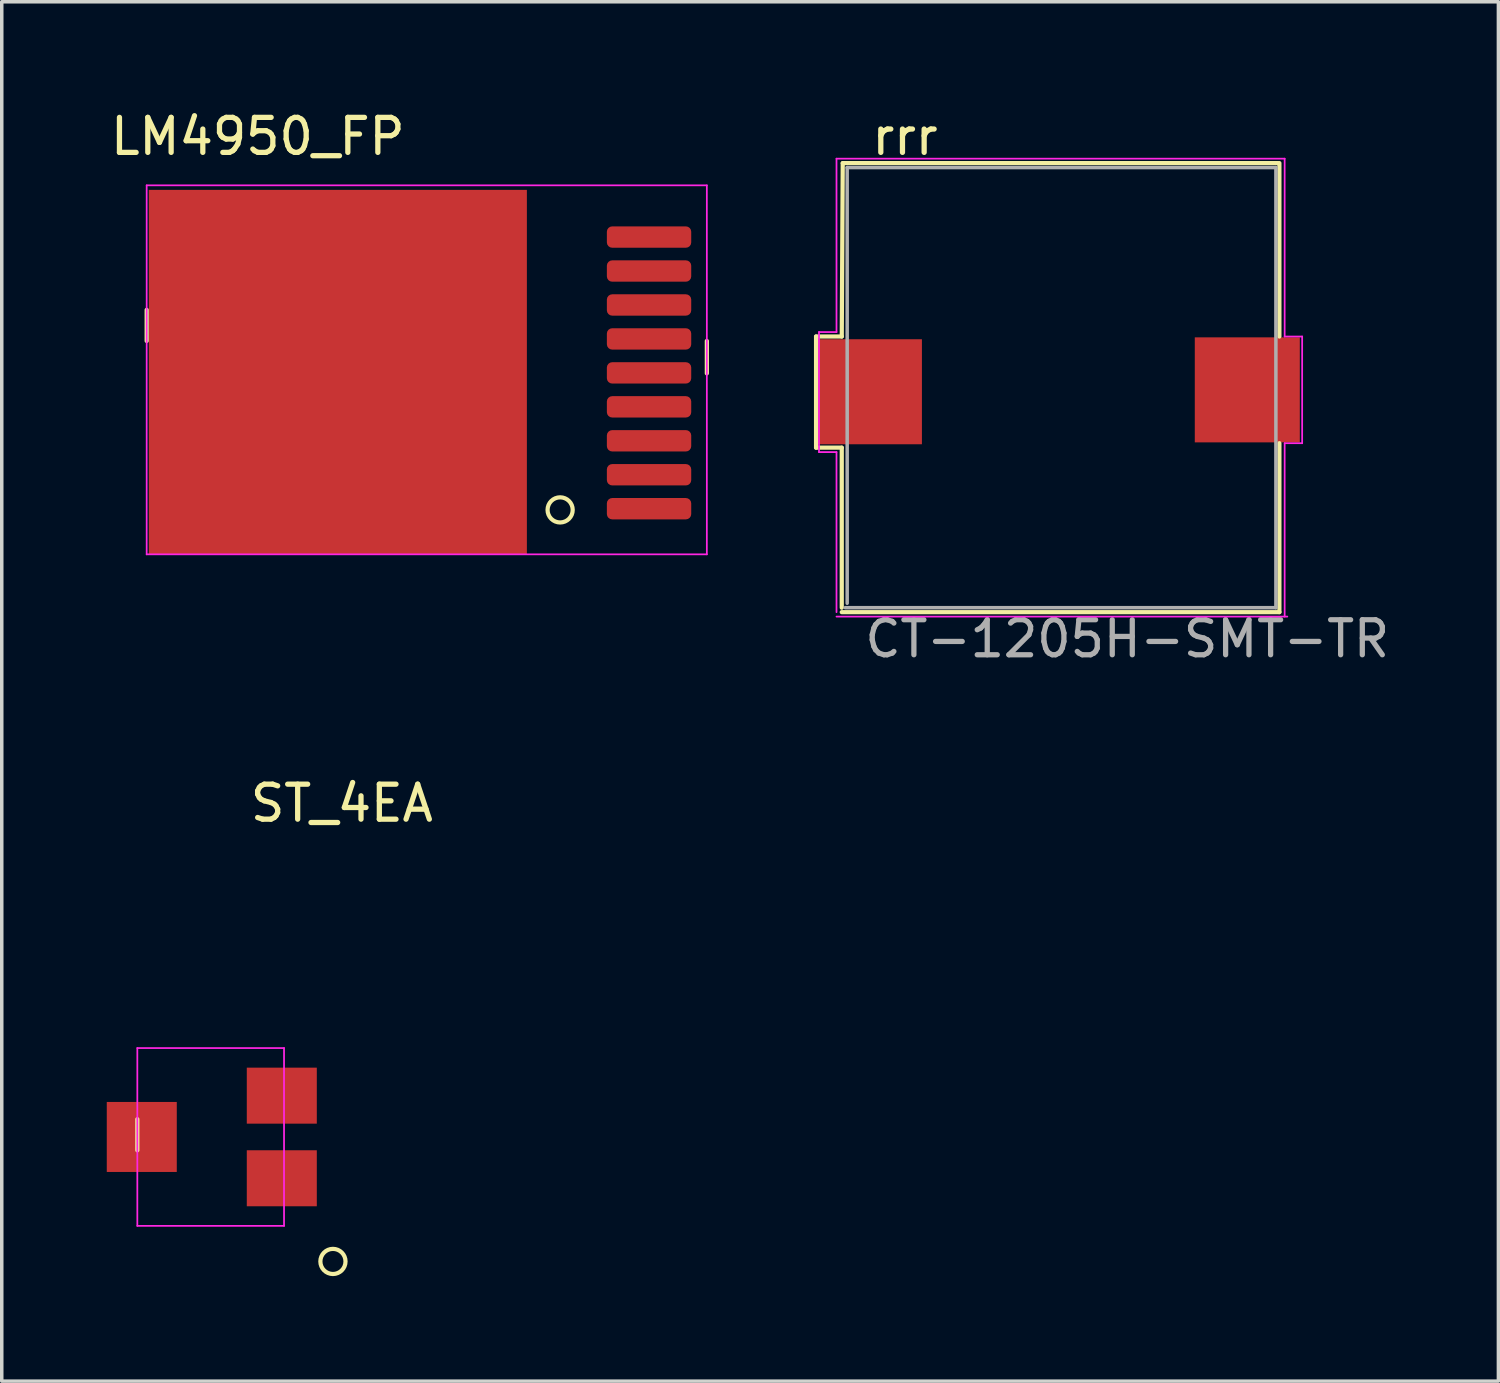
<source format=kicad_pcb>
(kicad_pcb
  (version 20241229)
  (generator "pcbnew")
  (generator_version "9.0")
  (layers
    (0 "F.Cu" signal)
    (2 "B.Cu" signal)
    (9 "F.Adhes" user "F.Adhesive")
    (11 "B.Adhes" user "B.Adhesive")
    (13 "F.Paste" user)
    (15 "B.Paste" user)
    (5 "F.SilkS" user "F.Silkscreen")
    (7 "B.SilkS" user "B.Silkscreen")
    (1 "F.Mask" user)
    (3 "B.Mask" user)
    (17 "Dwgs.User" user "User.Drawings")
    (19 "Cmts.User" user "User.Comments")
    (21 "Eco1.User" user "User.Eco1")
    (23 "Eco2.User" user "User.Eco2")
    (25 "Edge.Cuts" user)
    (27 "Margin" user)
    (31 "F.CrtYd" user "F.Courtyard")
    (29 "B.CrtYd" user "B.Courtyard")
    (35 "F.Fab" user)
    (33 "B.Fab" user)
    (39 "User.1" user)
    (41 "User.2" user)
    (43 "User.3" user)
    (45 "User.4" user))
  (footprint "LM4950_FP"
    (layer "F.Cu")
    (at 12.062 8.722)
    (property "Reference" "LM4950_FP" (at -7.747 -7.874 0) (layer "F.SilkS") (effects (font (size 1 1) (thickness 0.15))))
    (attr through_hole)
    (fp_line (start -10.922 -2.921) (end -10.922 -2.032) (stroke (width 0.12) (type solid)) (layer "F.SilkS"))
    (fp_line (start 5.08 -2.032) (end 5.08 -1.107) (stroke (width 0.12) (type solid)) (layer "F.SilkS"))
    (fp_circle (center 0.889 2.794) (end 0.635 3.048) (stroke (width 0.12) (type solid)) (fill no) (layer "F.SilkS"))
    (fp_line (start -10.922 -6.477) (end 5.08 -6.477) (stroke (width 0.05) (type solid)) (layer "F.CrtYd"))
    (fp_line (start -10.922 4.064) (end -10.922 -6.477) (stroke (width 0.05) (type solid)) (layer "F.CrtYd"))
    (fp_line (start 5.08 -6.477) (end 5.08 4.064) (stroke (width 0.05) (type solid)) (layer "F.CrtYd"))
    (fp_line (start 5.08 4.064) (end -10.922 4.064) (stroke (width 0.05) (type solid)) (layer "F.CrtYd"))
    (pad "1" smd roundrect (at 3.429 2.76 90) (size 0.61 2.41) (layers "F.Cu" "F.Mask" "F.Paste") (roundrect_rratio 0.25))
    (pad "2" smd roundrect (at 3.429 1.79 90) (size 0.61 2.41) (layers "F.Cu" "F.Mask" "F.Paste") (roundrect_rratio 0.25))
    (pad "3" smd roundrect (at 3.429 0.82 90) (size 0.61 2.41) (layers "F.Cu" "F.Mask" "F.Paste") (roundrect_rratio 0.25))
    (pad "4" smd roundrect (at 3.429 -0.15 90) (size 0.61 2.41) (layers "F.Cu" "F.Mask" "F.Paste") (roundrect_rratio 0.25))
    (pad "5" smd roundrect (at 3.429 -1.12 90) (size 0.61 2.41) (layers "F.Cu" "F.Mask" "F.Paste") (roundrect_rratio 0.25))
    (pad "6" smd roundrect (at 3.429 -2.09 90) (size 0.61 2.41) (layers "F.Cu" "F.Mask" "F.Paste") (roundrect_rratio 0.25))
    (pad "7" smd roundrect (at 3.429 -3.06 90) (size 0.61 2.41) (layers "F.Cu" "F.Mask" "F.Paste") (roundrect_rratio 0.25))
    (pad "8" smd roundrect (at 3.429 -4.03 90) (size 0.61 2.41) (layers "F.Cu" "F.Mask" "F.Paste") (roundrect_rratio 0.25))
    (pad "9" smd roundrect (at 3.429 -5 90) (size 0.61 2.41) (layers "F.Cu" "F.Mask" "F.Paste") (roundrect_rratio 0.25))
    (pad "na" smd rect (at -5.461 -1.143 90) (size 10.41 10.8) (layers "F.Cu" "F.Mask" "F.Paste")))
  (footprint "rrr"
    (layer "F.Cu")
    (at 28.898 8.341)
    (property "Reference" "rrr" (at -6.096 -7.493 0) (layer "F.SilkS") (effects (font (size 1 1) (thickness 0.15))))
    (attr through_hole)
    (fp_line (start -8.636 -1.778) (end -8.636 1.397) (stroke (width 0.12) (type solid)) (layer "F.SilkS"))
    (fp_line (start -7.902 -1.778) (end -8.636 -1.778) (stroke (width 0.12) (type solid)) (layer "F.SilkS"))
    (fp_line (start -7.902 1.397) (end -8.636 1.397) (stroke (width 0.12) (type solid)) (layer "F.SilkS"))
    (fp_line (start -7.902 1.397) (end -7.902 5.969) (stroke (width 0.12) (type solid)) (layer "F.SilkS"))
    (fp_line (start -7.874 -6.731) (end -7.902 -1.778) (stroke (width 0.12) (type solid)) (layer "F.SilkS"))
    (fp_line (start -7.874 -6.731) (end 4.572 -6.731) (stroke (width 0.12) (type solid)) (layer "F.SilkS"))
    (fp_line (start 4.6 -6.731) (end 4.6 -1.778) (stroke (width 0.12) (type solid)) (layer "F.SilkS"))
    (fp_line (start 4.6 1.27) (end 4.6 6.096) (stroke (width 0.12) (type solid)) (layer "F.SilkS"))
    (fp_line (start 4.6 6.096) (end -7.902 6.096) (stroke (width 0.12) (type solid)) (layer "F.SilkS"))
    (fp_line (start -8.552 -1.905) (end -8.052 -1.905) (stroke (width 0.05) (type solid)) (layer "F.CrtYd"))
    (fp_line (start -8.552 1.524) (end -8.552 -1.905) (stroke (width 0.05) (type solid)) (layer "F.CrtYd"))
    (fp_line (start -8.052 -6.858) (end 4.75 -6.858) (stroke (width 0.05) (type solid)) (layer "F.CrtYd"))
    (fp_line (start -8.052 -1.905) (end -8.052 -6.858) (stroke (width 0.05) (type solid)) (layer "F.CrtYd"))
    (fp_line (start -8.052 1.524) (end -8.552 1.524) (stroke (width 0.05) (type solid)) (layer "F.CrtYd"))
    (fp_line (start -8.052 6.096) (end -8.052 1.524) (stroke (width 0.05) (type solid)) (layer "F.CrtYd"))
    (fp_line (start 4.75 -6.858) (end 4.75 -1.778) (stroke (width 0.05) (type solid)) (layer "F.CrtYd"))
    (fp_line (start 4.75 -1.778) (end 5.25 -1.778) (stroke (width 0.05) (type solid)) (layer "F.CrtYd"))
    (fp_line (start 4.75 1.27) (end 4.75 6.223) (stroke (width 0.05) (type solid)) (layer "F.CrtYd"))
    (fp_line (start 4.826 6.223) (end -8.052 6.223) (stroke (width 0.05) (type solid)) (layer "F.CrtYd"))
    (fp_line (start 5.25 -1.778) (end 5.25 1.27) (stroke (width 0.05) (type solid)) (layer "F.CrtYd"))
    (fp_line (start 5.25 1.27) (end 4.75 1.27) (stroke (width 0.05) (type solid)) (layer "F.CrtYd"))
    (fp_line (start -7.802 5.969) (end 4.5 5.969) (stroke (width 0.1) (type solid)) (layer "F.Fab"))
    (fp_line (start -7.747 -6.604) (end -7.747 5.842) (stroke (width 0.1) (type solid)) (layer "F.Fab"))
    (fp_line (start 4.5 -6.604) (end -7.747 -6.604) (stroke (width 0.1) (type solid)) (layer "F.Fab"))
    (fp_line (start 4.5 5.969) (end 4.5 -6.604) (stroke (width 0.1) (type solid)) (layer "F.Fab"))
    (fp_text user "CT-1205H-SMT-TR" (at 0.254 6.858 0) (layer "F.Fab") (effects (font (size 1 1) (thickness 0.15))))
    (pad "1" smd rect (at -7.112 -0.2) (size 3 3) (layers "F.Cu" "F.Mask" "F.Paste"))
    (pad "2" smd rect (at 3.683 -0.254) (size 3 3) (layers "F.Cu" "F.Mask" "F.Paste")))
  (footprint "ST_4EA"
    (layer "F.Cu")
    (at 1 29.429)
    (property "Reference" "ST_4EA" (at 5.715 -9.533 0) (layer "F.SilkS") (effects (font (size 1 1) (thickness 0.15))))
    (attr through_hole)
    (fp_line (start -0.127 -0.508) (end -0.127 0.381) (stroke (width 0.12) (type solid)) (layer "F.SilkS"))
    (fp_circle (center 5.461 3.556) (end 5.207 3.81) (stroke (width 0.12) (type solid)) (fill no) (layer "F.SilkS"))
    (fp_line (start -0.127 -2.54) (end 4.064 -2.54) (stroke (width 0.05) (type solid)) (layer "F.CrtYd"))
    (fp_line (start -0.127 2.54) (end -0.127 -2.54) (stroke (width 0.05) (type solid)) (layer "F.CrtYd"))
    (fp_line (start 4.064 2.54) (end -0.127 2.54) (stroke (width 0.05) (type solid)) (layer "F.CrtYd"))
    (fp_line (start 4.064 2.54) (end 4.064 -2.54) (stroke (width 0.05) (type solid)) (layer "F.CrtYd"))
    (pad "1" smd rect (at 4 -1.18 90) (size 1.6 2) (layers "F.Cu" "F.Mask" "F.Paste"))
    (pad "2" smd rect (at 0 0 90) (size 2 2) (layers "F.Cu" "F.Mask" "F.Paste"))
    (pad "3" smd rect (at 4 1.18 90) (size 1.6 2) (layers "F.Cu" "F.Mask" "F.Paste")))
  (gr_rect
    (start -3 -3)
    (end 39.754 36.404)
    (stroke (width 0.1) (type default))
    (fill no)
    (layer "Edge.Cuts")))
</source>
